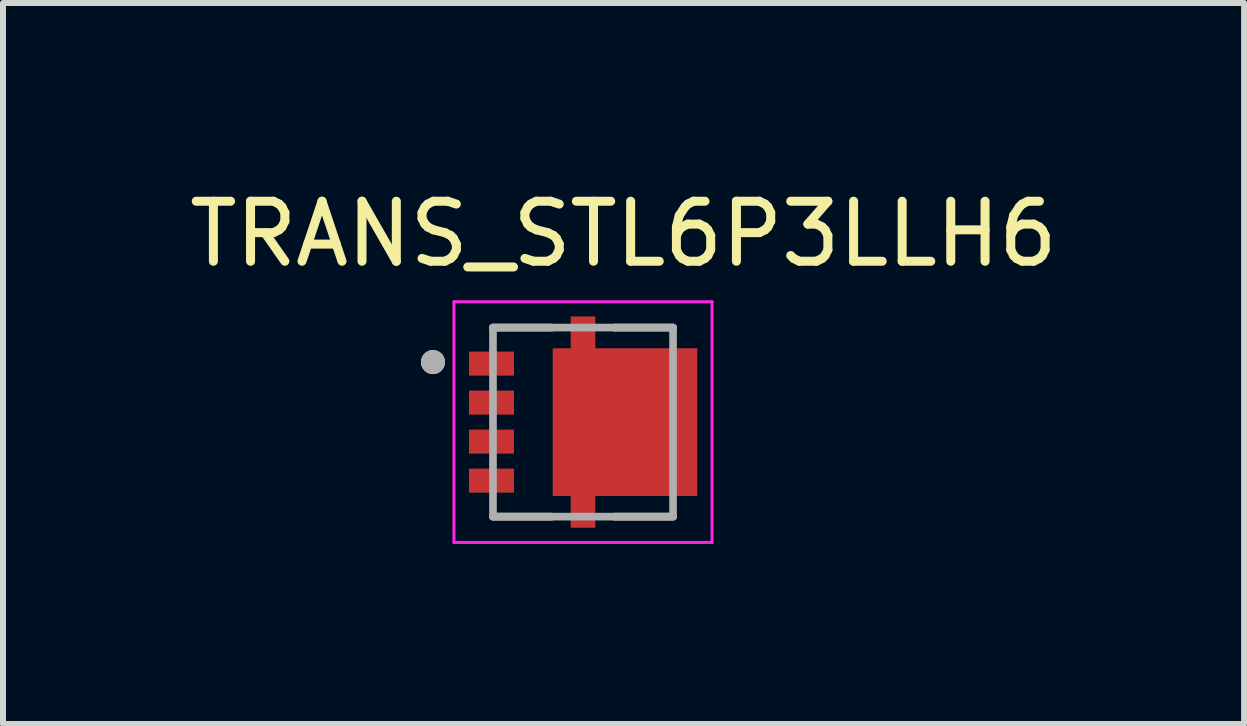
<source format=kicad_pcb>
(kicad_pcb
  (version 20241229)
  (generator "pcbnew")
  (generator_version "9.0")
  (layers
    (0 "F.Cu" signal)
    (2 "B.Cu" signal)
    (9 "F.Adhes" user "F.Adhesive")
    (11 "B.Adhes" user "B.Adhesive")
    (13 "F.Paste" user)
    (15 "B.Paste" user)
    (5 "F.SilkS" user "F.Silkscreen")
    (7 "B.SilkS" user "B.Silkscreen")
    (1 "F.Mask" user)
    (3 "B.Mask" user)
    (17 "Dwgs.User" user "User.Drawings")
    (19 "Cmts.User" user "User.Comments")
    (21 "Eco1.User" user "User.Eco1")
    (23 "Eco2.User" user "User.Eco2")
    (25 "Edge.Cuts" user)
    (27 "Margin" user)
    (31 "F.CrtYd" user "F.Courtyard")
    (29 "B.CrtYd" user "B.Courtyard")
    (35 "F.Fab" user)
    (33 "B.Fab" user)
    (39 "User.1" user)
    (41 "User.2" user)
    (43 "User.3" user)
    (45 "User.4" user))
  (footprint "TRANS_STL6P3LLH6"
    (layer "F.Cu")
    (at 6.664 3.983)
    (property "Reference" "TRANS_STL6P3LLH6" (at 0.675 -3.135 0) (layer "F.SilkS") (effects (font (size 1 1) (thickness 0.15))))
    (attr through_hole)
    (fp_poly (pts (xy -0.6 -1.325) (xy -0.6 1.325) (xy -0.3 1.325) (xy -0.3 1.855) (xy 0.3 1.855) (xy 0.3 1.325) (xy 2 1.325) (xy 2 -1.325) (xy 0.3 -1.325) (xy 0.3 -1.855) (xy -0.3 -1.855) (xy -0.3 -1.325)) (stroke (width 0.01) (type solid)) (fill yes) (layer "F.Mask"))
    (fp_line (start -0.52 -1.575) (end -1.5 -1.575) (stroke (width 0.127) (type solid)) (layer "F.SilkS"))
    (fp_line (start -0.52 1.575) (end -1.5 1.575) (stroke (width 0.127) (type solid)) (layer "F.SilkS"))
    (fp_line (start 1.5 -1.575) (end 0.52 -1.575) (stroke (width 0.127) (type solid)) (layer "F.SilkS"))
    (fp_line (start 1.5 1.575) (end 0.52 1.575) (stroke (width 0.127) (type solid)) (layer "F.SilkS"))
    (fp_circle (center -2.5 -1) (end -2.4 -1) (stroke (width 0.2) (type solid)) (fill no) (layer "F.SilkS"))
    (fp_poly (pts (xy -0.2 -1.755) (xy 0.2 -1.755) (xy 0.2 -1.23) (xy -0.2 -1.23)) (stroke (width 0.01) (type solid)) (fill yes) (layer "F.Paste"))
    (fp_poly (pts (xy -0.2 1.23) (xy 0.2 1.23) (xy 0.2 1.755) (xy -0.2 1.755)) (stroke (width 0.01) (type solid)) (fill yes) (layer "F.Paste"))
    (fp_poly (pts (xy -0.06 -0.775) (xy 1.46 -0.775) (xy 1.46 0.775) (xy -0.06 0.775)) (stroke (width 0.01) (type solid)) (fill yes) (layer "F.Paste"))
    (fp_line (start -2.15 -2.005) (end 2.15 -2.005) (stroke (width 0.05) (type solid)) (layer "F.CrtYd"))
    (fp_line (start -2.15 2.005) (end -2.15 -2.005) (stroke (width 0.05) (type solid)) (layer "F.CrtYd"))
    (fp_line (start 2.15 -2.005) (end 2.15 2.005) (stroke (width 0.05) (type solid)) (layer "F.CrtYd"))
    (fp_line (start 2.15 2.005) (end -2.15 2.005) (stroke (width 0.05) (type solid)) (layer "F.CrtYd"))
    (fp_line (start -1.5 -1.575) (end 1.5 -1.575) (stroke (width 0.127) (type solid)) (layer "F.Fab"))
    (fp_line (start -1.5 1.575) (end -1.5 -1.575) (stroke (width 0.127) (type solid)) (layer "F.Fab"))
    (fp_line (start 1.5 -1.575) (end 1.5 1.575) (stroke (width 0.127) (type solid)) (layer "F.Fab"))
    (fp_line (start 1.5 1.575) (end -1.5 1.575) (stroke (width 0.127) (type solid)) (layer "F.Fab"))
    (fp_circle (center -2.5 -1) (end -2.4 -1) (stroke (width 0.2) (type solid)) (fill no) (layer "F.Fab"))
    (pad "1" smd rect (at -1.525 -0.975) (size 0.75 0.4) (layers "F.Cu" "F.Mask" "F.Paste"))
    (pad "2" smd rect (at -1.525 -0.325) (size 0.75 0.4) (layers "F.Cu" "F.Mask" "F.Paste"))
    (pad "3" smd rect (at -1.525 0.325) (size 0.75 0.4) (layers "F.Cu" "F.Mask" "F.Paste"))
    (pad "4" smd rect (at -1.525 0.975) (size 0.75 0.4) (layers "F.Cu" "F.Mask" "F.Paste"))
    (pad "5_8" smd custom (at 0.7 0) (size 2.4 2.45) (layers "F.Cu") (options (anchor rect)) (primitives (gr_poly (pts (xy -1.2 -1.225) (xy -1.2 1.225) (xy -0.9 1.225) (xy -0.9 1.755) (xy -0.5 1.755) (xy -0.5 1.225) (xy 1.2 1.225) (xy 1.2 -1.225) (xy -0.5 -1.225) (xy -0.5 -1.755) (xy -0.9 -1.755) (xy -0.9 -1.225)) (width 0.01) (fill yes)))))
  (gr_rect
    (start -3 -3)
    (end 17.679 9.013)
    (stroke (width 0.1) (type default))
    (fill no)
    (layer "Edge.Cuts")))
</source>
